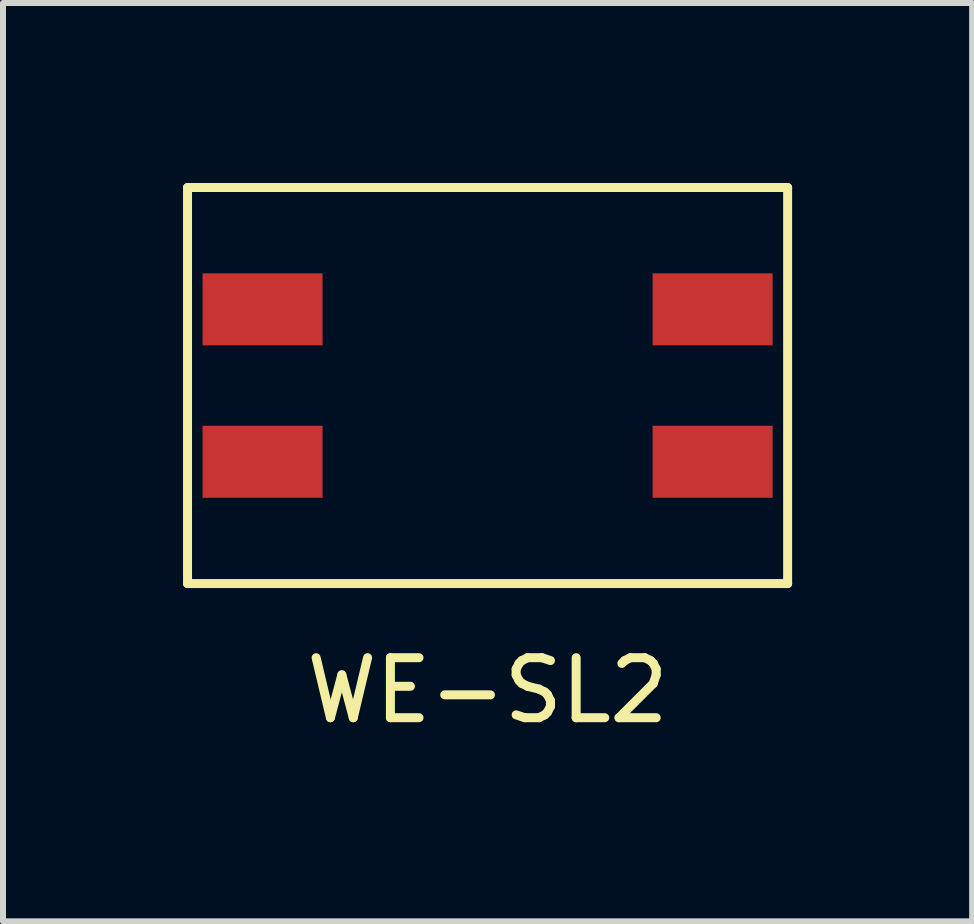
<source format=kicad_pcb>
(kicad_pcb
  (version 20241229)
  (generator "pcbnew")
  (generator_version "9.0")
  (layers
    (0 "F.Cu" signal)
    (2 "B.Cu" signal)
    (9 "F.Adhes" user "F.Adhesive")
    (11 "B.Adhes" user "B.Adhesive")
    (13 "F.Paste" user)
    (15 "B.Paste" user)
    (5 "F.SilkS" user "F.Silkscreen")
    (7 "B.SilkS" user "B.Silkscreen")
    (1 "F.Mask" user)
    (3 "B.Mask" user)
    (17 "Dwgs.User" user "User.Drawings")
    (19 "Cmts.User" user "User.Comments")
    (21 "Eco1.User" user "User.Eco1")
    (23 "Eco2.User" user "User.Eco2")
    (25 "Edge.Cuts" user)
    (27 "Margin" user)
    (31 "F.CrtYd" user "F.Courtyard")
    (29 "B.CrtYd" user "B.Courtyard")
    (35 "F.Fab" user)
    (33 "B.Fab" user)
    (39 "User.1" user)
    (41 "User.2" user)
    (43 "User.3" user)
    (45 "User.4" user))
  (footprint "WE-SL2"
    (layer "F.Cu")
    (at 5.075 3.375)
    (property "Reference" "WE-SL2" (at 0 5.08 0) (layer "F.SilkS") (effects (font (size 1 1) (thickness 0.15))))
    (attr through_hole)
    (fp_line (start -5 3.3) (end -5 -3.3) (stroke (width 0.15) (type solid)) (layer "F.SilkS"))
    (fp_line (start 5 -3.3) (end -5 -3.3) (stroke (width 0.15) (type solid)) (layer "F.SilkS"))
    (fp_line (start 5 -3.3) (end 5 3.3) (stroke (width 0.15) (type solid)) (layer "F.SilkS"))
    (fp_line (start 5 3.3) (end -5 3.3) (stroke (width 0.15) (type solid)) (layer "F.SilkS"))
    (pad "1" smd rect (at -3.75 -1.27) (size 2 1.2) (layers "F.Cu" "F.Mask" "F.Paste"))
    (pad "2" smd rect (at -3.75 1.27) (size 2 1.2) (layers "F.Cu" "F.Mask" "F.Paste"))
    (pad "3" smd rect (at 3.75 1.27) (size 2 1.2) (layers "F.Cu" "F.Mask" "F.Paste"))
    (pad "4" smd rect (at 3.75 -1.27) (size 2 1.2) (layers "F.Cu" "F.Mask" "F.Paste")))
  (gr_rect
    (start -3 -3)
    (end 13.15 12.303)
    (stroke (width 0.1) (type default))
    (fill no)
    (layer "Edge.Cuts")))
</source>
